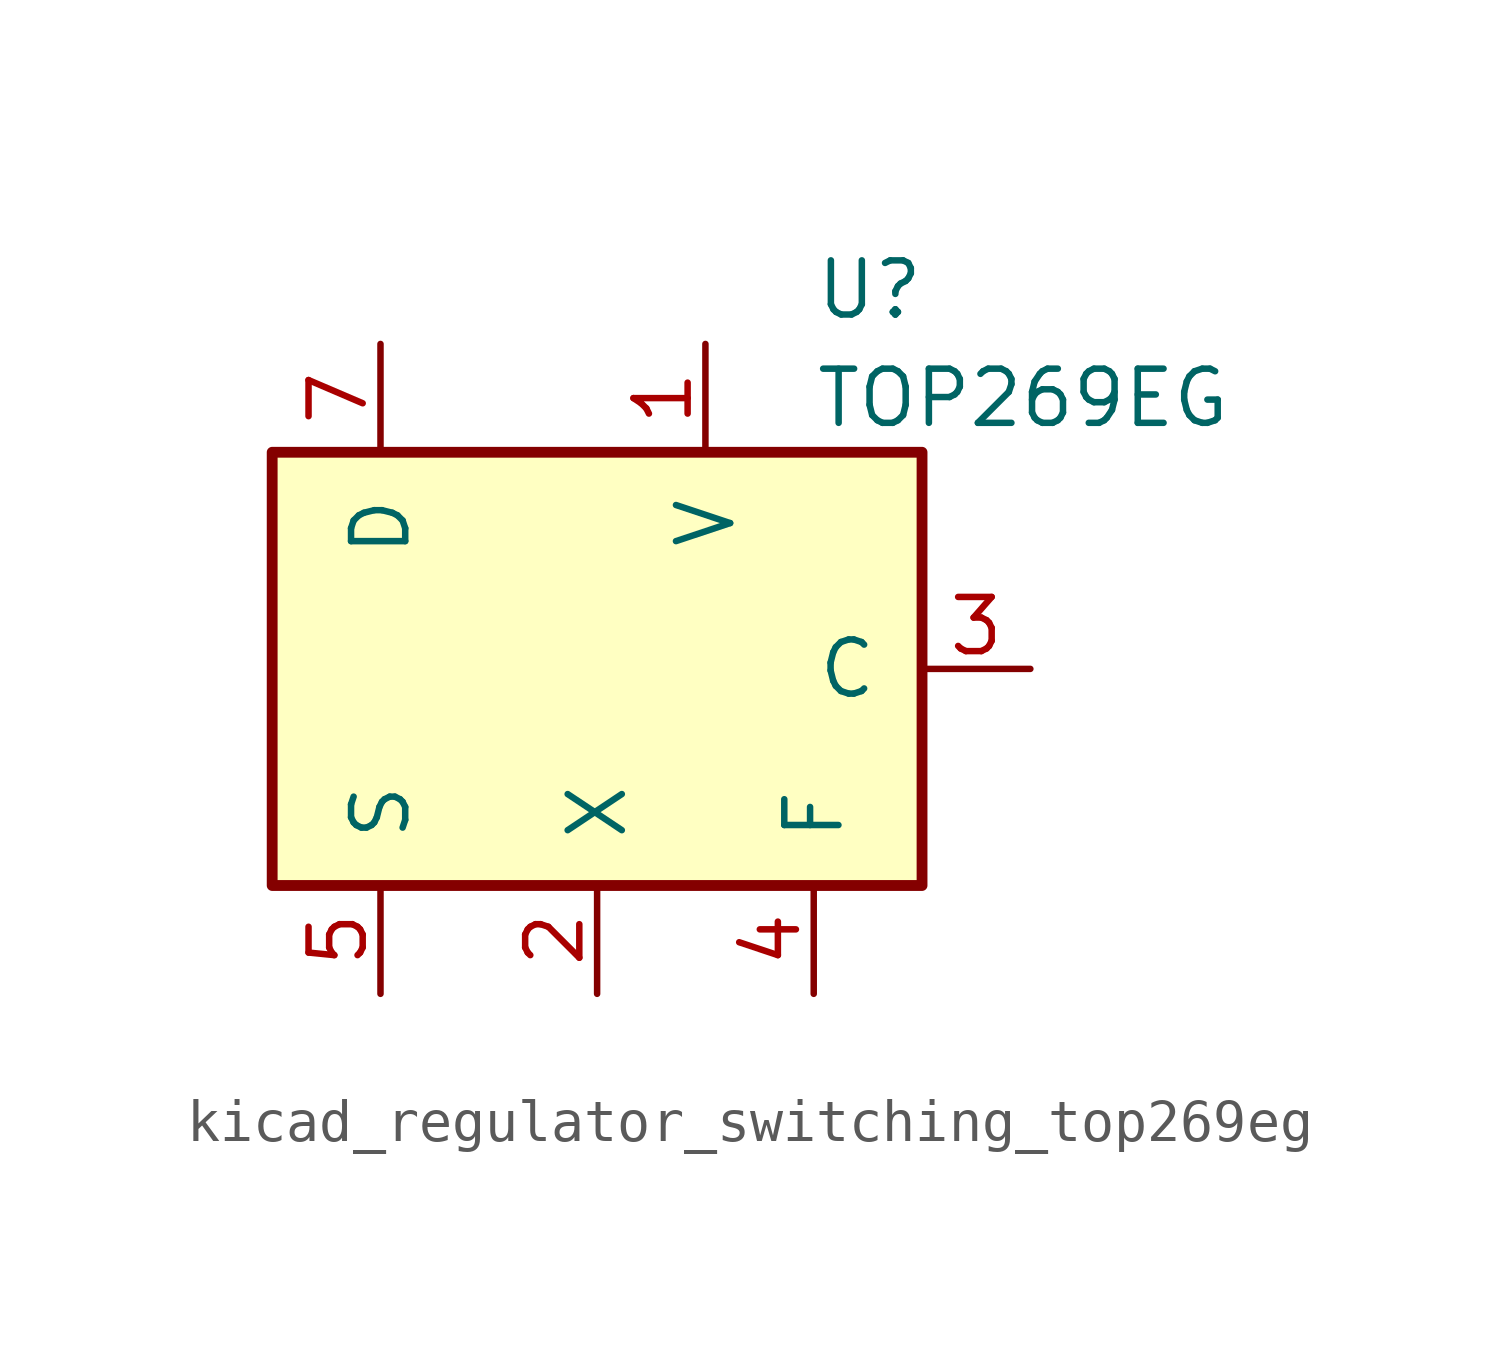
<source format=kicad_sym>
(kicad_symbol_lib
  (version 20220914)
  (generator kicad_symbol_editor)
  (symbol "kicad_regulator_switching_top269eg"
    (pin_names
      (offset 1.016))
    (property "Reference" "U"
      (at 5.08 8.89 0)
      (effects (font (size 1.27 1.27)) (justify left)))
    (property "Value" "TOP269EG"
      (at 5.08 6.35 0)
      (effects (font (size 1.27 1.27)) (justify left)))
    (symbol "kicad_regulator_switching_top269eg_0_1"
      (rectangle (start -7.62 5.08) (end 7.62 -5.08) (stroke (width 0.254) (type default)) (fill (type background))))
    (symbol "kicad_regulator_switching_top269eg_1_1"
      (pin input line (at 2.54 7.62 270) (length 2.54) (name "V" (effects (font (size 1.27 1.27)))) (number "1" (effects (font (size 1.27 1.27)))))
      (pin input line (at 0 -7.62 90) (length 2.54) (name "X" (effects (font (size 1.27 1.27)))) (number "2" (effects (font (size 1.27 1.27)))))
      (pin input line (at 10.16 0 180) (length 2.54) (name "C" (effects (font (size 1.27 1.27)))) (number "3" (effects (font (size 1.27 1.27)))))
      (pin passive line (at 5.08 -7.62 90) (length 2.54) (name "F" (effects (font (size 1.27 1.27)))) (number "4" (effects (font (size 1.27 1.27)))))
      (pin power_in line (at -5.08 -7.62 90) (length 2.54) (name "S" (effects (font (size 1.27 1.27)))) (number "5" (effects (font (size 1.27 1.27)))))
      (pin open_collector line (at -5.08 7.62 270) (length 2.54) (name "D" (effects (font (size 1.27 1.27)))) (number "7" (effects (font (size 1.27 1.27))))))))
</source>
